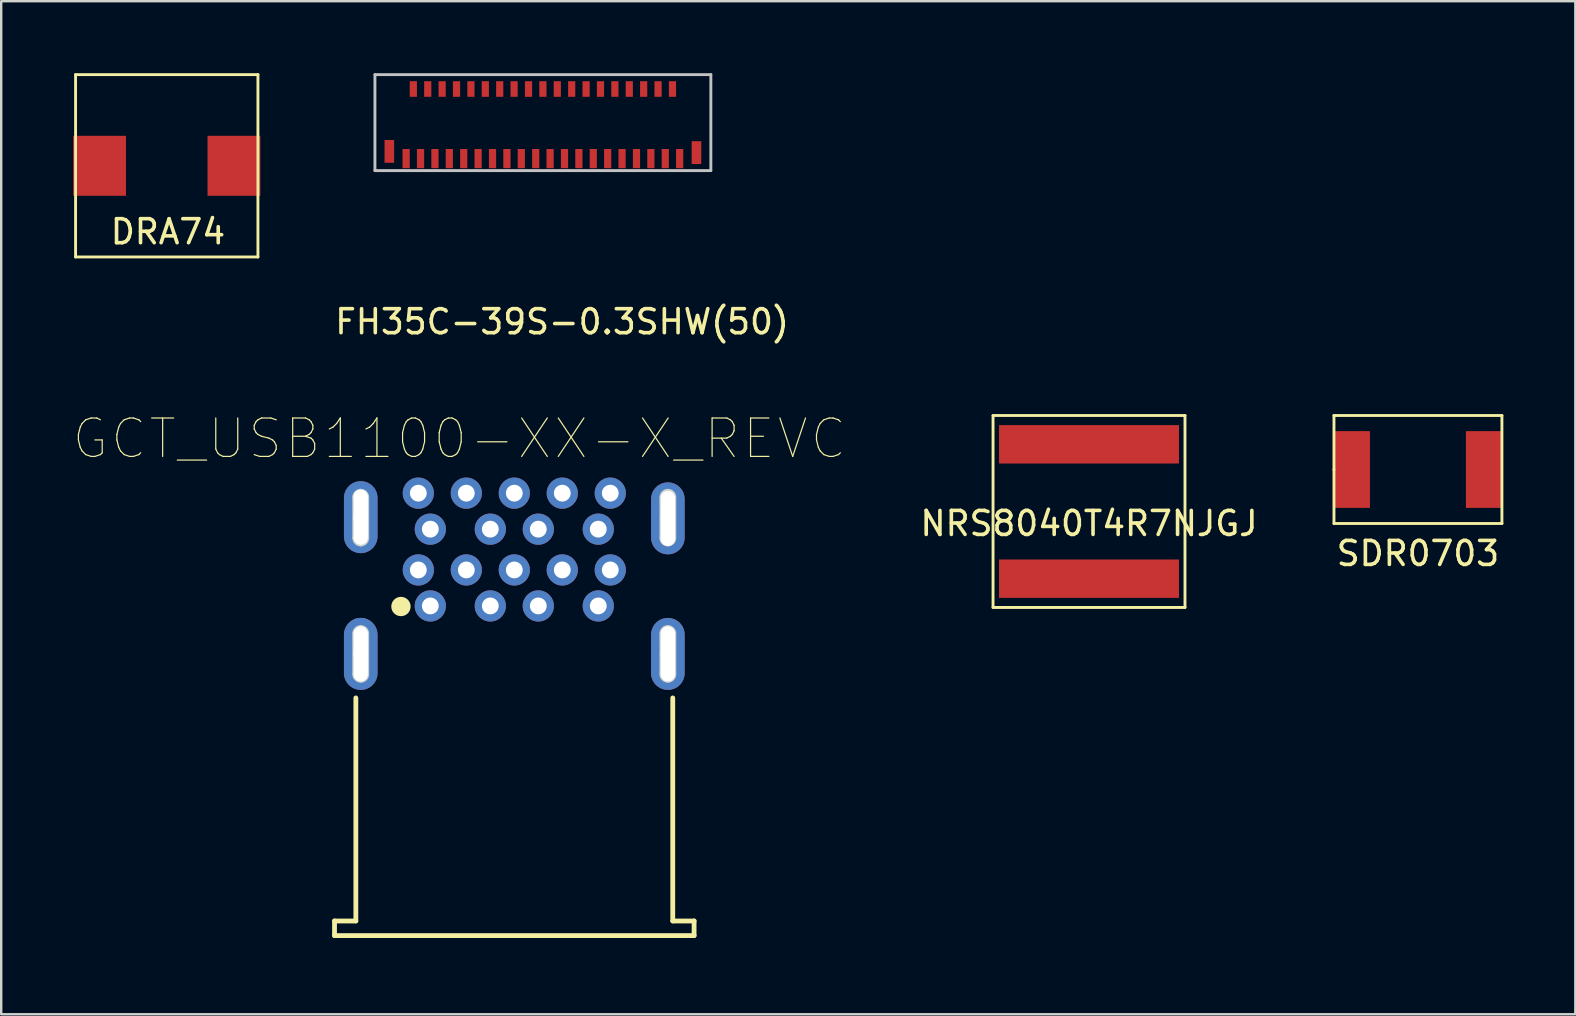
<source format=kicad_pcb>
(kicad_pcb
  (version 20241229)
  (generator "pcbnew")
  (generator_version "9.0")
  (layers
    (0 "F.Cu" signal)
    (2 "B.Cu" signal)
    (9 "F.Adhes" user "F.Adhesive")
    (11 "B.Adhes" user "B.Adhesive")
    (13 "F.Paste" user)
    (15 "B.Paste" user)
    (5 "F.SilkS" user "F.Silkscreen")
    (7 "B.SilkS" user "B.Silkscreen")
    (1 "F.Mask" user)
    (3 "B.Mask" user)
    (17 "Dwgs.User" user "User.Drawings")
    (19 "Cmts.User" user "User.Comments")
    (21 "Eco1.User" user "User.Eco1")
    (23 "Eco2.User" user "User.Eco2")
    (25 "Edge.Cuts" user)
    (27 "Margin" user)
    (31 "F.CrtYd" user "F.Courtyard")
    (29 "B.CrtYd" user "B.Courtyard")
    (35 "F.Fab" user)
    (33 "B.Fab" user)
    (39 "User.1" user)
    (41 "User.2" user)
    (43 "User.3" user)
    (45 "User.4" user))
  (footprint "SDR0703"
    (layer "F.Cu")
    (at 56.047 16.518)
    (property "Reference" "SDR0703" (at 0 3.5 0) (layer "F.SilkS") (effects (font (size 1 1) (thickness 0.15))))
    (attr through_hole)
    (fp_line (start -3.5 -2.25) (end 3.5 -2.25) (stroke (width 0.12) (type solid)) (layer "F.SilkS"))
    (fp_line (start -3.5 0) (end -3.5 -2.25) (stroke (width 0.12) (type solid)) (layer "F.SilkS"))
    (fp_line (start -3.5 2.25) (end -3.5 0) (stroke (width 0.12) (type solid)) (layer "F.SilkS"))
    (fp_line (start 3.5 -2.25) (end 3.5 2.25) (stroke (width 0.12) (type solid)) (layer "F.SilkS"))
    (fp_line (start 3.5 2.25) (end -3.5 2.25) (stroke (width 0.12) (type solid)) (layer "F.SilkS"))
    (pad "1" smd rect (at -2.75 0) (size 1.5 3.2) (layers "F.Cu" "F.Mask" "F.Paste"))
    (pad "2" smd rect (at 2.75 0) (size 1.5 3.2) (layers "F.Cu" "F.Mask" "F.Paste")))
  (footprint "FH35C-39S-0.3SHW(50)"
    (layer "F.Cu")
    (at 19.577 2.06)
    (property "Reference" "FH35C-39S-0.3SHW(50)" (at 0.8 8.3 0) (layer "F.SilkS") (effects (font (size 1 1) (thickness 0.15))))
    (attr through_hole)
    (fp_line (start -7 -2) (end -7 2) (stroke (width 0.12) (type solid)) (layer "Dwgs.User"))
    (fp_line (start -7 2) (end 7 2) (stroke (width 0.12) (type solid)) (layer "Dwgs.User"))
    (fp_line (start 7 -2) (end -7 -2) (stroke (width 0.12) (type solid)) (layer "Dwgs.User"))
    (fp_line (start 7 2) (end 7 -2) (stroke (width 0.12) (type solid)) (layer "Dwgs.User"))
    (pad "1" smd rect (at 5.7 1.5) (size 0.3 0.8) (layers "F.Cu" "F.Mask" "F.Paste"))
    (pad "2" smd rect (at 5.4 -1.4) (size 0.3 0.65) (layers "F.Cu" "F.Mask" "F.Paste"))
    (pad "3" smd rect (at 5.1 1.5) (size 0.3 0.8) (layers "F.Cu" "F.Mask" "F.Paste"))
    (pad "4" smd rect (at 4.8 -1.4) (size 0.3 0.65) (layers "F.Cu" "F.Mask" "F.Paste"))
    (pad "5" smd rect (at 4.5 1.5) (size 0.3 0.8) (layers "F.Cu" "F.Mask" "F.Paste"))
    (pad "6" smd rect (at 4.2 -1.4) (size 0.3 0.65) (layers "F.Cu" "F.Mask" "F.Paste"))
    (pad "7" smd rect (at 3.9 1.5) (size 0.3 0.8) (layers "F.Cu" "F.Mask" "F.Paste"))
    (pad "8" smd rect (at 3.6 -1.4) (size 0.3 0.65) (layers "F.Cu" "F.Mask" "F.Paste"))
    (pad "9" smd rect (at 3.3 1.5) (size 0.3 0.8) (layers "F.Cu" "F.Mask" "F.Paste"))
    (pad "10" smd rect (at 3 -1.4) (size 0.3 0.65) (layers "F.Cu" "F.Mask" "F.Paste"))
    (pad "11" smd rect (at 2.7 1.5) (size 0.3 0.8) (layers "F.Cu" "F.Mask" "F.Paste"))
    (pad "12" smd rect (at 2.4 -1.4) (size 0.3 0.65) (layers "F.Cu" "F.Mask" "F.Paste"))
    (pad "13" smd rect (at 2.1 1.5) (size 0.3 0.8) (layers "F.Cu" "F.Mask" "F.Paste"))
    (pad "14" smd rect (at 1.8 -1.4) (size 0.3 0.65) (layers "F.Cu" "F.Mask" "F.Paste"))
    (pad "15" smd rect (at 1.5 1.5) (size 0.3 0.8) (layers "F.Cu" "F.Mask" "F.Paste"))
    (pad "16" smd rect (at 1.2 -1.4) (size 0.3 0.65) (layers "F.Cu" "F.Mask" "F.Paste"))
    (pad "17" smd rect (at 0.9 1.5) (size 0.3 0.8) (layers "F.Cu" "F.Mask" "F.Paste"))
    (pad "18" smd rect (at 0.6 -1.4) (size 0.3 0.65) (layers "F.Cu" "F.Mask" "F.Paste"))
    (pad "19" smd rect (at 0.3 1.5) (size 0.3 0.8) (layers "F.Cu" "F.Mask" "F.Paste"))
    (pad "20" smd rect (at 0 -1.4) (size 0.3 0.65) (layers "F.Cu" "F.Mask" "F.Paste"))
    (pad "21" smd rect (at -0.3 1.5) (size 0.3 0.8) (layers "F.Cu" "F.Mask" "F.Paste"))
    (pad "22" smd rect (at -0.6 -1.4) (size 0.3 0.65) (layers "F.Cu" "F.Mask" "F.Paste"))
    (pad "23" smd rect (at -0.9 1.5) (size 0.3 0.8) (layers "F.Cu" "F.Mask" "F.Paste"))
    (pad "24" smd rect (at -1.2 -1.4) (size 0.3 0.65) (layers "F.Cu" "F.Mask" "F.Paste"))
    (pad "25" smd rect (at -1.5 1.5) (size 0.3 0.8) (layers "F.Cu" "F.Mask" "F.Paste"))
    (pad "26" smd rect (at -1.8 -1.4) (size 0.3 0.65) (layers "F.Cu" "F.Mask" "F.Paste"))
    (pad "27" smd rect (at -2.1 1.5) (size 0.3 0.8) (layers "F.Cu" "F.Mask" "F.Paste"))
    (pad "28" smd rect (at -2.4 -1.4) (size 0.3 0.65) (layers "F.Cu" "F.Mask" "F.Paste"))
    (pad "29" smd rect (at -2.7 1.5) (size 0.3 0.8) (layers "F.Cu" "F.Mask" "F.Paste"))
    (pad "30" smd rect (at -3 -1.4) (size 0.3 0.65) (layers "F.Cu" "F.Mask" "F.Paste"))
    (pad "31" smd rect (at -3.3 1.5) (size 0.3 0.8) (layers "F.Cu" "F.Mask" "F.Paste"))
    (pad "32" smd rect (at -3.6 -1.4) (size 0.3 0.65) (layers "F.Cu" "F.Mask" "F.Paste"))
    (pad "33" smd rect (at -3.9 1.5) (size 0.3 0.8) (layers "F.Cu" "F.Mask" "F.Paste"))
    (pad "34" smd rect (at -4.2 -1.4) (size 0.3 0.65) (layers "F.Cu" "F.Mask" "F.Paste"))
    (pad "35" smd rect (at -4.5 1.5) (size 0.3 0.8) (layers "F.Cu" "F.Mask" "F.Paste"))
    (pad "36" smd rect (at -4.8 -1.4) (size 0.3 0.65) (layers "F.Cu" "F.Mask" "F.Paste"))
    (pad "37" smd rect (at -5.1 1.5) (size 0.3 0.8) (layers "F.Cu" "F.Mask" "F.Paste"))
    (pad "38" smd rect (at -5.4 -1.4) (size 0.3 0.65) (layers "F.Cu" "F.Mask" "F.Paste"))
    (pad "39" smd rect (at -5.7 1.5) (size 0.3 0.8) (layers "F.Cu" "F.Mask" "F.Paste"))
    (pad "40" smd rect (at -6.4 1.2) (size 0.4 0.95) (layers "F.Cu" "F.Mask" "F.Paste"))
    (pad "40" smd rect (at 6.4 1.25) (size 0.4 0.95) (layers "F.Cu" "F.Mask" "F.Paste")))
  (footprint "DRA74"
    (layer "F.Cu")
    (at 3.9 3.86)
    (property "Reference" "DRA74" (at 0.05 2.75 0) (layer "F.SilkS") (effects (font (size 1 1) (thickness 0.15))))
    (attr through_hole)
    (fp_line (start -3.8 -3.8) (end 3.8 -3.8) (stroke (width 0.12) (type solid)) (layer "F.SilkS"))
    (fp_line (start -3.8 3.8) (end -3.8 -3.8) (stroke (width 0.12) (type solid)) (layer "F.SilkS"))
    (fp_line (start 3.8 -3.8) (end 3.8 3.8) (stroke (width 0.12) (type solid)) (layer "F.SilkS"))
    (fp_line (start 3.8 3.8) (end -3.8 3.8) (stroke (width 0.12) (type solid)) (layer "F.SilkS"))
    (pad "1" smd rect (at -2.8 0) (size 2.2 2.5) (layers "F.Cu" "F.Mask" "F.Paste"))
    (pad "2" smd rect (at 2.8 0) (size 2.2 2.5) (layers "F.Cu" "F.Mask" "F.Paste")))
  (footprint "NRS8040T4R7NJGJ"
    (layer "F.Cu")
    (at 42.338 18.268)
    (property "Reference" "NRS8040T4R7NJGJ" (at 0 0.5 0) (layer "F.SilkS") (effects (font (size 1 1) (thickness 0.15))))
    (attr through_hole)
    (fp_line (start -4 -4) (end 4 -4) (stroke (width 0.12) (type solid)) (layer "F.SilkS"))
    (fp_line (start -4 4) (end -4 -4) (stroke (width 0.12) (type solid)) (layer "F.SilkS"))
    (fp_line (start 4 -4) (end 4 4) (stroke (width 0.12) (type solid)) (layer "F.SilkS"))
    (fp_line (start 4 4) (end -4 4) (stroke (width 0.12) (type solid)) (layer "F.SilkS"))
    (pad "1" smd rect (at 0 2.8) (size 7.5 1.6) (layers "F.Cu" "F.Mask" "F.Paste"))
    (pad "2" smd rect (at 0 -2.8) (size 7.5 1.6) (layers "F.Cu" "F.Mask" "F.Paste")))
  (footprint "GCT_USB1100-XX-X_REVC"
    (layer "F.Cu")
    (at 18.385 20.704)
    (property "Reference" "GCT_USB1100-XX-X_REVC" (at -2.29 -5.47 0) (layer "F.SilkS") (effects (font (size 1.603 1.603) (thickness 0.05))))
    (attr through_hole)
    (fp_poly (pts (xy -6.7 3.5) (xy -6.7 2.65) (xy -6.7 2.642) (xy -6.699 2.626) (xy -6.698 2.611) (xy -6.695 2.595) (xy -6.692 2.58) (xy -6.688 2.565) (xy -6.683 2.55) (xy -6.677 2.535) (xy -6.671 2.521) (xy -6.664 2.507) (xy -6.656 2.493) (xy -6.647 2.48) (xy -6.638 2.467) (xy -6.628 2.455) (xy -6.618 2.443) (xy -6.607 2.432) (xy -6.595 2.422) (xy -6.583 2.412) (xy -6.57 2.403) (xy -6.557 2.394) (xy -6.543 2.386) (xy -6.529 2.379) (xy -6.515 2.373) (xy -6.5 2.367) (xy -6.485 2.362) (xy -6.47 2.358) (xy -6.455 2.355) (xy -6.439 2.352) (xy -6.424 2.351) (xy -6.408 2.35) (xy -6.4 2.35) (xy -6.392 2.35) (xy -6.376 2.351) (xy -6.361 2.352) (xy -6.345 2.355) (xy -6.33 2.358) (xy -6.315 2.362) (xy -6.3 2.367) (xy -6.285 2.373) (xy -6.271 2.379) (xy -6.257 2.386) (xy -6.243 2.394) (xy -6.23 2.403) (xy -6.217 2.412) (xy -6.205 2.422) (xy -6.193 2.432) (xy -6.182 2.443) (xy -6.172 2.455) (xy -6.162 2.467) (xy -6.153 2.48) (xy -6.144 2.493) (xy -6.136 2.507) (xy -6.129 2.521) (xy -6.123 2.535) (xy -6.117 2.55) (xy -6.112 2.565) (xy -6.108 2.58) (xy -6.105 2.595) (xy -6.102 2.611) (xy -6.101 2.626) (xy -6.1 2.642) (xy -6.1 2.65) (xy -6.1 3.5) (xy -5.8 3.5) (xy -5.8 2.7) (xy -5.8 2.6) (xy -5.8 2.584) (xy -5.802 2.553) (xy -5.805 2.522) (xy -5.81 2.491) (xy -5.816 2.46) (xy -5.825 2.43) (xy -5.834 2.4) (xy -5.845 2.37) (xy -5.858 2.342) (xy -5.873 2.314) (xy -5.888 2.286) (xy -5.905 2.26) (xy -5.924 2.235) (xy -5.944 2.21) (xy -5.965 2.187) (xy -5.987 2.165) (xy -6.01 2.144) (xy -6.035 2.124) (xy -6.06 2.105) (xy -6.086 2.088) (xy -6.114 2.073) (xy -6.142 2.058) (xy -6.17 2.045) (xy -6.2 2.034) (xy -6.23 2.025) (xy -6.26 2.016) (xy -6.291 2.01) (xy -6.322 2.005) (xy -6.353 2.002) (xy -6.384 2) (xy -6.4 2) (xy -6.416 2) (xy -6.447 2.002) (xy -6.478 2.005) (xy -6.509 2.01) (xy -6.54 2.016) (xy -6.57 2.025) (xy -6.6 2.034) (xy -6.63 2.045) (xy -6.658 2.058) (xy -6.686 2.073) (xy -6.714 2.088) (xy -6.74 2.105) (xy -6.765 2.124) (xy -6.79 2.144) (xy -6.813 2.165) (xy -6.835 2.187) (xy -6.856 2.21) (xy -6.876 2.235) (xy -6.895 2.26) (xy -6.912 2.286) (xy -6.927 2.314) (xy -6.942 2.342) (xy -6.955 2.37) (xy -6.966 2.4) (xy -6.975 2.43) (xy -6.984 2.46) (xy -6.99 2.491) (xy -6.995 2.522) (xy -6.998 2.553) (xy -7 2.584) (xy -7 2.6) (xy -7 3.5)) (stroke (width 0) (type solid)) (fill yes) (layer "B.Cu"))
    (fp_line (start -7.493 14.63) (end -6.604 14.63) (stroke (width 0.2) (type solid)) (layer "F.SilkS"))
    (fp_line (start -7.493 15.24) (end -7.493 14.63) (stroke (width 0.2) (type solid)) (layer "F.SilkS"))
    (fp_line (start -7.493 15.24) (end 7.493 15.24) (stroke (width 0.2) (type solid)) (layer "F.SilkS"))
    (fp_line (start -6.604 14.63) (end -6.604 5.334) (stroke (width 0.2) (type solid)) (layer "F.SilkS"))
    (fp_line (start 6.604 14.63) (end 6.604 5.334) (stroke (width 0.2) (type solid)) (layer "F.SilkS"))
    (fp_line (start 6.604 14.63) (end 7.493 14.63) (stroke (width 0.2) (type solid)) (layer "F.SilkS"))
    (fp_line (start 7.493 15.24) (end 7.493 14.63) (stroke (width 0.2) (type solid)) (layer "F.SilkS"))
    (fp_circle (center -4.724 1.524) (end -4.521 1.524) (stroke (width 0.4) (type solid)) (fill no) (layer "F.SilkS"))
    (fp_line (start -7.747 -4.216) (end 7.747 -4.216) (stroke (width 0.05) (type solid)) (layer "Eco1.User"))
    (fp_line (start -7.747 15.494) (end -7.747 -4.216) (stroke (width 0.05) (type solid)) (layer "Eco1.User"))
    (fp_line (start -7.747 15.494) (end 7.747 15.494) (stroke (width 0.05) (type solid)) (layer "Eco1.User"))
    (fp_line (start -0.508 0) (end 0.508 0) (stroke (width 0.1) (type solid)) (layer "Eco1.User"))
    (fp_line (start 0 0.508) (end 0 -0.508) (stroke (width 0.1) (type solid)) (layer "Eco1.User"))
    (fp_line (start 7.747 15.494) (end 7.747 -4.216) (stroke (width 0.05) (type solid)) (layer "Eco1.User"))
    (fp_line (start -7.493 14.63) (end -6.604 14.63) (stroke (width 0.1) (type solid)) (layer "Eco2.User"))
    (fp_line (start -7.493 15.24) (end -7.493 14.63) (stroke (width 0.1) (type solid)) (layer "Eco2.User"))
    (fp_line (start -7.493 15.24) (end 7.493 15.24) (stroke (width 0.1) (type solid)) (layer "Eco2.User"))
    (fp_line (start -6.604 -3.759) (end 6.604 -3.759) (stroke (width 0.1) (type solid)) (layer "Eco2.User"))
    (fp_line (start -6.604 14.63) (end -6.604 -3.759) (stroke (width 0.1) (type solid)) (layer "Eco2.User"))
    (fp_line (start 6.604 14.63) (end 6.604 -3.759) (stroke (width 0.1) (type solid)) (layer "Eco2.User"))
    (fp_line (start 6.604 14.63) (end 7.493 14.63) (stroke (width 0.1) (type solid)) (layer "Eco2.User"))
    (fp_line (start 7.493 15.24) (end 7.493 14.63) (stroke (width 0.1) (type solid)) (layer "Eco2.User"))
    (fp_line (start -6.7 -1.33) (end -6.7 -3.03) (stroke (width 0.1) (type solid)) (layer "Edge.Cuts"))
    (fp_line (start -6.7 4.35) (end -6.7 2.65) (stroke (width 0.1) (type solid)) (layer "Edge.Cuts"))
    (fp_line (start -6.1 -3.03) (end -6.1 -1.33) (stroke (width 0.1) (type solid)) (layer "Edge.Cuts"))
    (fp_line (start -6.1 2.65) (end -6.1 4.35) (stroke (width 0.1) (type solid)) (layer "Edge.Cuts"))
    (fp_line (start 6.1 -1.33) (end 6.1 -3.03) (stroke (width 0.1) (type solid)) (layer "Edge.Cuts"))
    (fp_line (start 6.1 4.35) (end 6.1 2.65) (stroke (width 0.1) (type solid)) (layer "Edge.Cuts"))
    (fp_line (start 6.7 -3.03) (end 6.7 -1.33) (stroke (width 0.1) (type solid)) (layer "Edge.Cuts"))
    (fp_line (start 6.7 2.65) (end 6.7 4.35) (stroke (width 0.1) (type solid)) (layer "Edge.Cuts"))
    (fp_arc (start -6.7 -3.03) (mid -6.612132 -3.242132) (end -6.4 -3.33) (stroke (width 0.1) (type solid)) (layer "Edge.Cuts"))
    (fp_arc (start -6.7 2.65) (mid -6.612132 2.437868) (end -6.4 2.35) (stroke (width 0.1) (type solid)) (layer "Edge.Cuts"))
    (fp_arc (start -6.4 -3.33) (mid -6.187868 -3.242132) (end -6.1 -3.03) (stroke (width 0.1) (type solid)) (layer "Edge.Cuts"))
    (fp_arc (start -6.4 -1.03) (mid -6.612132 -1.117868) (end -6.7 -1.33) (stroke (width 0.1) (type solid)) (layer "Edge.Cuts"))
    (fp_arc (start -6.4 2.35) (mid -6.187868 2.437868) (end -6.1 2.65) (stroke (width 0.1) (type solid)) (layer "Edge.Cuts"))
    (fp_arc (start -6.4 4.65) (mid -6.612132 4.562132) (end -6.7 4.35) (stroke (width 0.1) (type solid)) (layer "Edge.Cuts"))
    (fp_arc (start -6.1 -1.33) (mid -6.187868 -1.117868) (end -6.4 -1.03) (stroke (width 0.1) (type solid)) (layer "Edge.Cuts"))
    (fp_arc (start -6.1 4.35) (mid -6.187868 4.562132) (end -6.4 4.65) (stroke (width 0.1) (type solid)) (layer "Edge.Cuts"))
    (fp_arc (start 6.1 -3.03) (mid 6.187868 -3.242132) (end 6.4 -3.33) (stroke (width 0.1) (type solid)) (layer "Edge.Cuts"))
    (fp_arc (start 6.1 2.65) (mid 6.187868 2.437868) (end 6.4 2.35) (stroke (width 0.1) (type solid)) (layer "Edge.Cuts"))
    (fp_arc (start 6.4 -3.33) (mid 6.612132 -3.242132) (end 6.7 -3.03) (stroke (width 0.1) (type solid)) (layer "Edge.Cuts"))
    (fp_arc (start 6.4 -1.03) (mid 6.187868 -1.117868) (end 6.1 -1.33) (stroke (width 0.1) (type solid)) (layer "Edge.Cuts"))
    (fp_arc (start 6.4 2.35) (mid 6.612132 2.437868) (end 6.7 2.65) (stroke (width 0.1) (type solid)) (layer "Edge.Cuts"))
    (fp_arc (start 6.4 4.65) (mid 6.187868 4.562132) (end 6.1 4.35) (stroke (width 0.1) (type solid)) (layer "Edge.Cuts"))
    (fp_arc (start 6.7 -1.33) (mid 6.612132 -1.117868) (end 6.4 -1.03) (stroke (width 0.1) (type solid)) (layer "Edge.Cuts"))
    (fp_arc (start 6.7 4.35) (mid 6.612132 4.562132) (end 6.4 4.65) (stroke (width 0.1) (type solid)) (layer "Edge.Cuts"))
    (pad "" np_thru_hole circle (at -6.4 -2.18) (size 0.6 0.6) (drill 0.6) (layers "*.Cu" "*.Mask" "F.SilkS"))
    (pad "" np_thru_hole circle (at -6.4 3.5) (size 0.6 0.6) (drill 0.6) (layers "*.Cu" "*.Mask" "F.SilkS"))
    (pad "" np_thru_hole circle (at 6.4 -2.18) (size 0.6 0.6) (drill 0.6) (layers "*.Cu" "*.Mask" "F.SilkS"))
    (pad "" np_thru_hole circle (at 6.4 3.5) (size 0.6 0.6) (drill 0.6) (layers "*.Cu" "*.Mask" "F.SilkS"))
    (pad "1" thru_hole circle (at -3.5 1.5) (size 1.3 1.3) (drill 0.7) (layers "*.Cu" "*.Mask"))
    (pad "2" thru_hole circle (at -1 1.5) (size 1.3 1.3) (drill 0.7) (layers "*.Cu" "*.Mask"))
    (pad "3" thru_hole circle (at 1 1.5) (size 1.3 1.3) (drill 0.7) (layers "*.Cu" "*.Mask"))
    (pad "4" thru_hole circle (at 3.5 1.5) (size 1.3 1.3) (drill 0.7) (layers "*.Cu" "*.Mask"))
    (pad "5" thru_hole circle (at 4 0) (size 1.3 1.3) (drill 0.7) (layers "*.Cu" "*.Mask"))
    (pad "6" thru_hole circle (at 2 0) (size 1.3 1.3) (drill 0.7) (layers "*.Cu" "*.Mask"))
    (pad "7" thru_hole circle (at 0 0) (size 1.3 1.3) (drill 0.7) (layers "*.Cu" "*.Mask"))
    (pad "8" thru_hole circle (at -2 0) (size 1.3 1.3) (drill 0.7) (layers "*.Cu" "*.Mask"))
    (pad "9" thru_hole circle (at -4 0) (size 1.3 1.3) (drill 0.7) (layers "*.Cu" "*.Mask"))
    (pad "10" thru_hole circle (at -3.5 -1.7) (size 1.3 1.3) (drill 0.7) (layers "*.Cu" "*.Mask"))
    (pad "11" thru_hole circle (at -1 -1.7) (size 1.3 1.3) (drill 0.7) (layers "*.Cu" "*.Mask"))
    (pad "12" thru_hole circle (at 1 -1.7) (size 1.3 1.3) (drill 0.7) (layers "*.Cu" "*.Mask"))
    (pad "13" thru_hole circle (at 3.5 -1.7) (size 1.3 1.3) (drill 0.7) (layers "*.Cu" "*.Mask"))
    (pad "14" thru_hole circle (at 4 -3.2) (size 1.3 1.3) (drill 0.7) (layers "*.Cu" "*.Mask"))
    (pad "15" thru_hole circle (at 2 -3.2) (size 1.3 1.3) (drill 0.7) (layers "*.Cu" "*.Mask"))
    (pad "16" thru_hole circle (at 0 -3.2) (size 1.3 1.3) (drill 0.7) (layers "*.Cu" "*.Mask"))
    (pad "17" thru_hole circle (at -2 -3.2) (size 1.3 1.3) (drill 0.7) (layers "*.Cu" "*.Mask"))
    (pad "18" thru_hole circle (at -4 -3.2) (size 1.3 1.3) (drill 0.7) (layers "*.Cu" "*.Mask"))
    (pad "19" thru_hole oval (at -6.4 -2.2) (size 1.4 3) (drill oval 0.6 2.3) (layers "*.Cu" "*.Mask"))
    (pad "20" thru_hole oval (at -6.4 3.5) (size 1.4 3) (drill oval 0.6 2.3) (layers "*.Cu" "*.Mask"))
    (pad "21" thru_hole oval (at 6.4 -2.15) (size 1.4 3) (drill oval 0.6 2.3) (layers "*.Cu" "*.Mask"))
    (pad "22" thru_hole oval (at 6.4 3.5) (size 1.4 3) (drill oval 0.6 2.3) (layers "*.Cu" "*.Mask")))
  (gr_rect
    (start -3 -3)
    (end 62.607 39.223)
    (stroke (width 0.1) (type default))
    (fill no)
    (layer "Edge.Cuts")))
</source>
